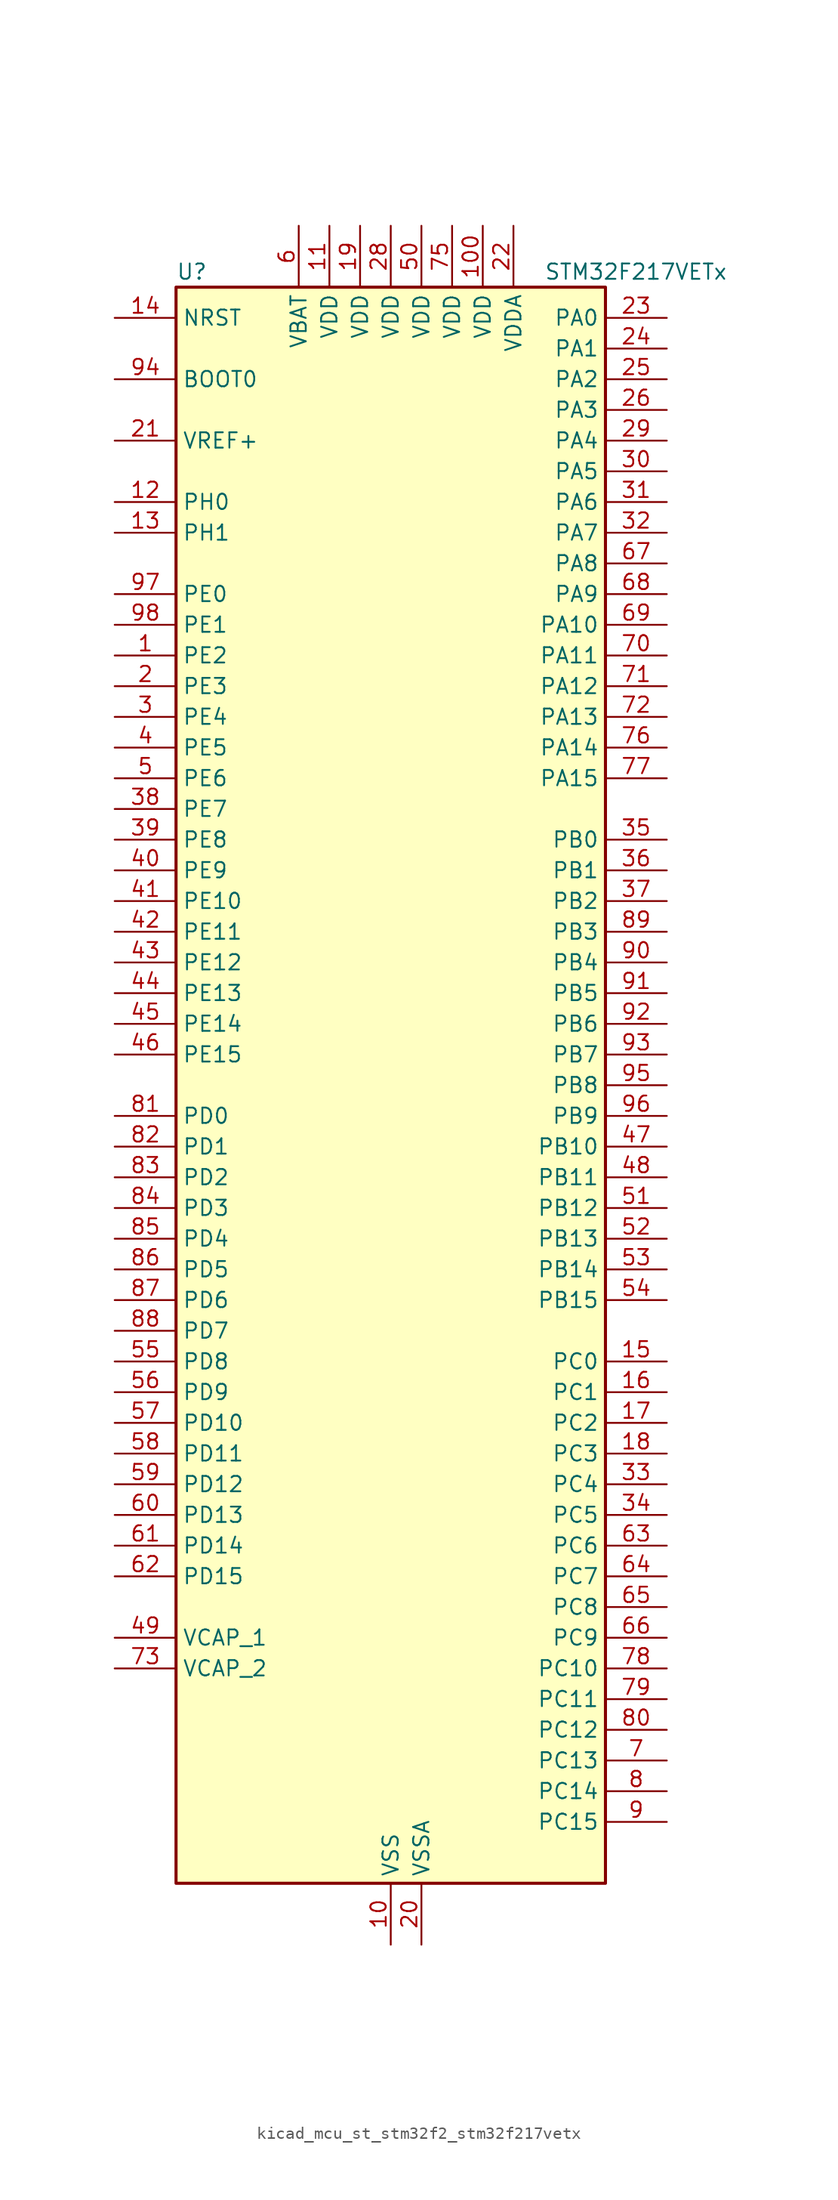
<source format=kicad_sym>
(kicad_symbol_lib
  (version 20220914)
  (generator kicad_symbol_editor)
  (symbol "kicad_mcu_st_stm32f2_stm32f217vetx"
    (property "Reference" "U"
      (at -17.78 67.31 0)
      (effects (font (size 1.27 1.27)) (justify left)))
    (property "Value" "STM32F217VETx"
      (at 12.7 67.31 0)
      (effects (font (size 1.27 1.27)) (justify left)))
    (property "ki_locked" ""
      (at 0 0 0)
      (effects (font (size 1.27 1.27))))
    (symbol "kicad_mcu_st_stm32f2_stm32f217vetx_0_1"
      (rectangle (start -17.78 -66.04) (end 17.78 66.04) (stroke (width 0.254) (type default)) (fill (type background))))
    (symbol "kicad_mcu_st_stm32f2_stm32f217vetx_1_1"
      (pin bidirectional line (at -22.86 35.56 0) (length 5.08) (name "PE2" (effects (font (size 1.27 1.27)))) (number "1" (effects (font (size 1.27 1.27)))) (alternate "ETH_TXD3" bidirectional line) (alternate "FSMC_A23" bidirectional line) (alternate "SYS_TRACECLK" bidirectional line))
      (pin power_in line (at 0 -71.12 90) (length 5.08) (name "VSS" (effects (font (size 1.27 1.27)))) (number "10" (effects (font (size 1.27 1.27)))))
      (pin power_in line (at 7.62 71.12 270) (length 5.08) (name "VDD" (effects (font (size 1.27 1.27)))) (number "100" (effects (font (size 1.27 1.27)))))
      (pin power_in line (at -5.08 71.12 270) (length 5.08) (name "VDD" (effects (font (size 1.27 1.27)))) (number "11" (effects (font (size 1.27 1.27)))))
      (pin bidirectional line (at -22.86 48.26 0) (length 5.08) (name "PH0" (effects (font (size 1.27 1.27)))) (number "12" (effects (font (size 1.27 1.27)))) (alternate "RCC_OSC_IN" bidirectional line))
      (pin bidirectional line (at -22.86 45.72 0) (length 5.08) (name "PH1" (effects (font (size 1.27 1.27)))) (number "13" (effects (font (size 1.27 1.27)))) (alternate "RCC_OSC_OUT" bidirectional line))
      (pin input line (at -22.86 63.5 0) (length 5.08) (name "NRST" (effects (font (size 1.27 1.27)))) (number "14" (effects (font (size 1.27 1.27)))))
      (pin bidirectional line (at 22.86 -22.86 180) (length 5.08) (name "PC0" (effects (font (size 1.27 1.27)))) (number "15" (effects (font (size 1.27 1.27)))) (alternate "ADC1_IN10" bidirectional line) (alternate "ADC2_IN10" bidirectional line) (alternate "ADC3_IN10" bidirectional line) (alternate "USB_OTG_HS_ULPI_STP" bidirectional line))
      (pin bidirectional line (at 22.86 -25.4 180) (length 5.08) (name "PC1" (effects (font (size 1.27 1.27)))) (number "16" (effects (font (size 1.27 1.27)))) (alternate "ADC1_IN11" bidirectional line) (alternate "ADC2_IN11" bidirectional line) (alternate "ADC3_IN11" bidirectional line) (alternate "ETH_MDC" bidirectional line))
      (pin bidirectional line (at 22.86 -27.94 180) (length 5.08) (name "PC2" (effects (font (size 1.27 1.27)))) (number "17" (effects (font (size 1.27 1.27)))) (alternate "ADC1_IN12" bidirectional line) (alternate "ADC2_IN12" bidirectional line) (alternate "ADC3_IN12" bidirectional line) (alternate "ETH_TXD2" bidirectional line) (alternate "SPI2_MISO" bidirectional line) (alternate "USB_OTG_HS_ULPI_DIR" bidirectional line))
      (pin bidirectional line (at 22.86 -30.48 180) (length 5.08) (name "PC3" (effects (font (size 1.27 1.27)))) (number "18" (effects (font (size 1.27 1.27)))) (alternate "ADC1_IN13" bidirectional line) (alternate "ADC2_IN13" bidirectional line) (alternate "ADC3_IN13" bidirectional line) (alternate "ETH_TX_CLK" bidirectional line) (alternate "I2S2_SD" bidirectional line) (alternate "SPI2_MOSI" bidirectional line) (alternate "USB_OTG_HS_ULPI_NXT" bidirectional line))
      (pin power_in line (at -2.54 71.12 270) (length 5.08) (name "VDD" (effects (font (size 1.27 1.27)))) (number "19" (effects (font (size 1.27 1.27)))))
      (pin bidirectional line (at -22.86 33.02 0) (length 5.08) (name "PE3" (effects (font (size 1.27 1.27)))) (number "2" (effects (font (size 1.27 1.27)))) (alternate "FSMC_A19" bidirectional line) (alternate "SYS_TRACED0" bidirectional line))
      (pin power_in line (at 2.54 -71.12 90) (length 5.08) (name "VSSA" (effects (font (size 1.27 1.27)))) (number "20" (effects (font (size 1.27 1.27)))))
      (pin input line (at -22.86 53.34 0) (length 5.08) (name "VREF+" (effects (font (size 1.27 1.27)))) (number "21" (effects (font (size 1.27 1.27)))))
      (pin power_in line (at 10.16 71.12 270) (length 5.08) (name "VDDA" (effects (font (size 1.27 1.27)))) (number "22" (effects (font (size 1.27 1.27)))))
      (pin bidirectional line (at 22.86 63.5 180) (length 5.08) (name "PA0" (effects (font (size 1.27 1.27)))) (number "23" (effects (font (size 1.27 1.27)))) (alternate "ADC1_IN0" bidirectional line) (alternate "ADC2_IN0" bidirectional line) (alternate "ADC3_IN0" bidirectional line) (alternate "ETH_CRS" bidirectional line) (alternate "SYS_WKUP" bidirectional line) (alternate "TIM2_CH1" bidirectional line) (alternate "TIM2_ETR" bidirectional line) (alternate "TIM5_CH1" bidirectional line) (alternate "TIM8_ETR" bidirectional line) (alternate "UART4_TX" bidirectional line) (alternate "USART2_CTS" bidirectional line))
      (pin bidirectional line (at 22.86 60.96 180) (length 5.08) (name "PA1" (effects (font (size 1.27 1.27)))) (number "24" (effects (font (size 1.27 1.27)))) (alternate "ADC1_IN1" bidirectional line) (alternate "ADC2_IN1" bidirectional line) (alternate "ADC3_IN1" bidirectional line) (alternate "ETH_REF_CLK" bidirectional line) (alternate "ETH_RX_CLK" bidirectional line) (alternate "TIM2_CH2" bidirectional line) (alternate "TIM5_CH2" bidirectional line) (alternate "UART4_RX" bidirectional line) (alternate "USART2_RTS" bidirectional line))
      (pin bidirectional line (at 22.86 58.42 180) (length 5.08) (name "PA2" (effects (font (size 1.27 1.27)))) (number "25" (effects (font (size 1.27 1.27)))) (alternate "ADC1_IN2" bidirectional line) (alternate "ADC2_IN2" bidirectional line) (alternate "ADC3_IN2" bidirectional line) (alternate "ETH_MDIO" bidirectional line) (alternate "TIM2_CH3" bidirectional line) (alternate "TIM5_CH3" bidirectional line) (alternate "TIM9_CH1" bidirectional line) (alternate "USART2_TX" bidirectional line))
      (pin bidirectional line (at 22.86 55.88 180) (length 5.08) (name "PA3" (effects (font (size 1.27 1.27)))) (number "26" (effects (font (size 1.27 1.27)))) (alternate "ADC1_IN3" bidirectional line) (alternate "ADC2_IN3" bidirectional line) (alternate "ADC3_IN3" bidirectional line) (alternate "ETH_COL" bidirectional line) (alternate "TIM2_CH4" bidirectional line) (alternate "TIM5_CH4" bidirectional line) (alternate "TIM9_CH2" bidirectional line) (alternate "USART2_RX" bidirectional line) (alternate "USB_OTG_HS_ULPI_D0" bidirectional line))
      (pin passive line (at 0 -71.12 90) (length 5.08) hide (name "VSS" (effects (font (size 1.27 1.27)))) (number "27" (effects (font (size 1.27 1.27)))))
      (pin power_in line (at 0 71.12 270) (length 5.08) (name "VDD" (effects (font (size 1.27 1.27)))) (number "28" (effects (font (size 1.27 1.27)))))
      (pin bidirectional line (at 22.86 53.34 180) (length 5.08) (name "PA4" (effects (font (size 1.27 1.27)))) (number "29" (effects (font (size 1.27 1.27)))) (alternate "ADC1_IN4" bidirectional line) (alternate "ADC2_IN4" bidirectional line) (alternate "DAC_OUT1" bidirectional line) (alternate "DCMI_HSYNC" bidirectional line) (alternate "I2S3_WS" bidirectional line) (alternate "SPI1_NSS" bidirectional line) (alternate "SPI3_NSS" bidirectional line) (alternate "USART2_CK" bidirectional line) (alternate "USB_OTG_HS_SOF" bidirectional line))
      (pin bidirectional line (at -22.86 30.48 0) (length 5.08) (name "PE4" (effects (font (size 1.27 1.27)))) (number "3" (effects (font (size 1.27 1.27)))) (alternate "DCMI_D4" bidirectional line) (alternate "FSMC_A20" bidirectional line) (alternate "SYS_TRACED1" bidirectional line))
      (pin bidirectional line (at 22.86 50.8 180) (length 5.08) (name "PA5" (effects (font (size 1.27 1.27)))) (number "30" (effects (font (size 1.27 1.27)))) (alternate "ADC1_IN5" bidirectional line) (alternate "ADC2_IN5" bidirectional line) (alternate "DAC_OUT2" bidirectional line) (alternate "SPI1_SCK" bidirectional line) (alternate "TIM2_CH1" bidirectional line) (alternate "TIM2_ETR" bidirectional line) (alternate "TIM8_CH1N" bidirectional line) (alternate "USB_OTG_HS_ULPI_CK" bidirectional line))
      (pin bidirectional line (at 22.86 48.26 180) (length 5.08) (name "PA6" (effects (font (size 1.27 1.27)))) (number "31" (effects (font (size 1.27 1.27)))) (alternate "ADC1_IN6" bidirectional line) (alternate "ADC2_IN6" bidirectional line) (alternate "DCMI_PIXCLK" bidirectional line) (alternate "SPI1_MISO" bidirectional line) (alternate "TIM13_CH1" bidirectional line) (alternate "TIM1_BKIN" bidirectional line) (alternate "TIM3_CH1" bidirectional line) (alternate "TIM8_BKIN" bidirectional line))
      (pin bidirectional line (at 22.86 45.72 180) (length 5.08) (name "PA7" (effects (font (size 1.27 1.27)))) (number "32" (effects (font (size 1.27 1.27)))) (alternate "ADC1_IN7" bidirectional line) (alternate "ADC2_IN7" bidirectional line) (alternate "ETH_CRS_DV" bidirectional line) (alternate "ETH_RX_DV" bidirectional line) (alternate "SPI1_MOSI" bidirectional line) (alternate "TIM14_CH1" bidirectional line) (alternate "TIM1_CH1N" bidirectional line) (alternate "TIM3_CH2" bidirectional line) (alternate "TIM8_CH1N" bidirectional line))
      (pin bidirectional line (at 22.86 -33.02 180) (length 5.08) (name "PC4" (effects (font (size 1.27 1.27)))) (number "33" (effects (font (size 1.27 1.27)))) (alternate "ADC1_IN14" bidirectional line) (alternate "ADC2_IN14" bidirectional line) (alternate "ETH_RXD0" bidirectional line))
      (pin bidirectional line (at 22.86 -35.56 180) (length 5.08) (name "PC5" (effects (font (size 1.27 1.27)))) (number "34" (effects (font (size 1.27 1.27)))) (alternate "ADC1_IN15" bidirectional line) (alternate "ADC2_IN15" bidirectional line) (alternate "ETH_RXD1" bidirectional line))
      (pin bidirectional line (at 22.86 20.32 180) (length 5.08) (name "PB0" (effects (font (size 1.27 1.27)))) (number "35" (effects (font (size 1.27 1.27)))) (alternate "ADC1_IN8" bidirectional line) (alternate "ADC2_IN8" bidirectional line) (alternate "ETH_RXD2" bidirectional line) (alternate "TIM1_CH2N" bidirectional line) (alternate "TIM3_CH3" bidirectional line) (alternate "TIM8_CH2N" bidirectional line) (alternate "USB_OTG_HS_ULPI_D1" bidirectional line))
      (pin bidirectional line (at 22.86 17.78 180) (length 5.08) (name "PB1" (effects (font (size 1.27 1.27)))) (number "36" (effects (font (size 1.27 1.27)))) (alternate "ADC1_IN9" bidirectional line) (alternate "ADC2_IN9" bidirectional line) (alternate "ETH_RXD3" bidirectional line) (alternate "TIM1_CH3N" bidirectional line) (alternate "TIM3_CH4" bidirectional line) (alternate "TIM8_CH3N" bidirectional line) (alternate "USB_OTG_HS_ULPI_D2" bidirectional line))
      (pin bidirectional line (at 22.86 15.24 180) (length 5.08) (name "PB2" (effects (font (size 1.27 1.27)))) (number "37" (effects (font (size 1.27 1.27)))))
      (pin bidirectional line (at -22.86 22.86 0) (length 5.08) (name "PE7" (effects (font (size 1.27 1.27)))) (number "38" (effects (font (size 1.27 1.27)))) (alternate "FSMC_D4" bidirectional line) (alternate "FSMC_DA4" bidirectional line) (alternate "TIM1_ETR" bidirectional line))
      (pin bidirectional line (at -22.86 20.32 0) (length 5.08) (name "PE8" (effects (font (size 1.27 1.27)))) (number "39" (effects (font (size 1.27 1.27)))) (alternate "FSMC_D5" bidirectional line) (alternate "FSMC_DA5" bidirectional line) (alternate "TIM1_CH1N" bidirectional line))
      (pin bidirectional line (at -22.86 27.94 0) (length 5.08) (name "PE5" (effects (font (size 1.27 1.27)))) (number "4" (effects (font (size 1.27 1.27)))) (alternate "DCMI_D6" bidirectional line) (alternate "FSMC_A21" bidirectional line) (alternate "SYS_TRACED2" bidirectional line) (alternate "TIM9_CH1" bidirectional line))
      (pin bidirectional line (at -22.86 17.78 0) (length 5.08) (name "PE9" (effects (font (size 1.27 1.27)))) (number "40" (effects (font (size 1.27 1.27)))) (alternate "DAC_EXTI9" bidirectional line) (alternate "FSMC_D6" bidirectional line) (alternate "FSMC_DA6" bidirectional line) (alternate "TIM1_CH1" bidirectional line))
      (pin bidirectional line (at -22.86 15.24 0) (length 5.08) (name "PE10" (effects (font (size 1.27 1.27)))) (number "41" (effects (font (size 1.27 1.27)))) (alternate "FSMC_D7" bidirectional line) (alternate "FSMC_DA7" bidirectional line) (alternate "TIM1_CH2N" bidirectional line))
      (pin bidirectional line (at -22.86 12.7 0) (length 5.08) (name "PE11" (effects (font (size 1.27 1.27)))) (number "42" (effects (font (size 1.27 1.27)))) (alternate "ADC1_EXTI11" bidirectional line) (alternate "ADC2_EXTI11" bidirectional line) (alternate "ADC3_EXTI11" bidirectional line) (alternate "FSMC_D8" bidirectional line) (alternate "FSMC_DA8" bidirectional line) (alternate "TIM1_CH2" bidirectional line))
      (pin bidirectional line (at -22.86 10.16 0) (length 5.08) (name "PE12" (effects (font (size 1.27 1.27)))) (number "43" (effects (font (size 1.27 1.27)))) (alternate "FSMC_D9" bidirectional line) (alternate "FSMC_DA9" bidirectional line) (alternate "TIM1_CH3N" bidirectional line))
      (pin bidirectional line (at -22.86 7.62 0) (length 5.08) (name "PE13" (effects (font (size 1.27 1.27)))) (number "44" (effects (font (size 1.27 1.27)))) (alternate "FSMC_D10" bidirectional line) (alternate "FSMC_DA10" bidirectional line) (alternate "TIM1_CH3" bidirectional line))
      (pin bidirectional line (at -22.86 5.08 0) (length 5.08) (name "PE14" (effects (font (size 1.27 1.27)))) (number "45" (effects (font (size 1.27 1.27)))) (alternate "FSMC_D11" bidirectional line) (alternate "FSMC_DA11" bidirectional line) (alternate "TIM1_CH4" bidirectional line))
      (pin bidirectional line (at -22.86 2.54 0) (length 5.08) (name "PE15" (effects (font (size 1.27 1.27)))) (number "46" (effects (font (size 1.27 1.27)))) (alternate "ADC1_EXTI15" bidirectional line) (alternate "ADC2_EXTI15" bidirectional line) (alternate "ADC3_EXTI15" bidirectional line) (alternate "FSMC_D12" bidirectional line) (alternate "FSMC_DA12" bidirectional line) (alternate "TIM1_BKIN" bidirectional line))
      (pin bidirectional line (at 22.86 -5.08 180) (length 5.08) (name "PB10" (effects (font (size 1.27 1.27)))) (number "47" (effects (font (size 1.27 1.27)))) (alternate "ETH_RX_ER" bidirectional line) (alternate "I2C2_SCL" bidirectional line) (alternate "I2S2_SCK" bidirectional line) (alternate "SPI2_SCK" bidirectional line) (alternate "TIM2_CH3" bidirectional line) (alternate "USART3_TX" bidirectional line) (alternate "USB_OTG_HS_ULPI_D3" bidirectional line))
      (pin bidirectional line (at 22.86 -7.62 180) (length 5.08) (name "PB11" (effects (font (size 1.27 1.27)))) (number "48" (effects (font (size 1.27 1.27)))) (alternate "ADC1_EXTI11" bidirectional line) (alternate "ADC2_EXTI11" bidirectional line) (alternate "ADC3_EXTI11" bidirectional line) (alternate "ETH_TX_EN" bidirectional line) (alternate "I2C2_SDA" bidirectional line) (alternate "TIM2_CH4" bidirectional line) (alternate "USART3_RX" bidirectional line) (alternate "USB_OTG_HS_ULPI_D4" bidirectional line))
      (pin power_out line (at -22.86 -45.72 0) (length 5.08) (name "VCAP_1" (effects (font (size 1.27 1.27)))) (number "49" (effects (font (size 1.27 1.27)))))
      (pin bidirectional line (at -22.86 25.4 0) (length 5.08) (name "PE6" (effects (font (size 1.27 1.27)))) (number "5" (effects (font (size 1.27 1.27)))) (alternate "DCMI_D7" bidirectional line) (alternate "FSMC_A22" bidirectional line) (alternate "SYS_TRACED3" bidirectional line) (alternate "TIM9_CH2" bidirectional line))
      (pin power_in line (at 2.54 71.12 270) (length 5.08) (name "VDD" (effects (font (size 1.27 1.27)))) (number "50" (effects (font (size 1.27 1.27)))))
      (pin bidirectional line (at 22.86 -10.16 180) (length 5.08) (name "PB12" (effects (font (size 1.27 1.27)))) (number "51" (effects (font (size 1.27 1.27)))) (alternate "CAN2_RX" bidirectional line) (alternate "ETH_TXD0" bidirectional line) (alternate "I2C2_SMBA" bidirectional line) (alternate "I2S2_WS" bidirectional line) (alternate "SPI2_NSS" bidirectional line) (alternate "TIM1_BKIN" bidirectional line) (alternate "USART3_CK" bidirectional line) (alternate "USB_OTG_HS_ID" bidirectional line) (alternate "USB_OTG_HS_ULPI_D5" bidirectional line))
      (pin bidirectional line (at 22.86 -12.7 180) (length 5.08) (name "PB13" (effects (font (size 1.27 1.27)))) (number "52" (effects (font (size 1.27 1.27)))) (alternate "CAN2_TX" bidirectional line) (alternate "ETH_TXD1" bidirectional line) (alternate "I2S2_SCK" bidirectional line) (alternate "SPI2_SCK" bidirectional line) (alternate "TIM1_CH1N" bidirectional line) (alternate "USART3_CTS" bidirectional line) (alternate "USB_OTG_HS_ULPI_D6" bidirectional line) (alternate "USB_OTG_HS_VBUS" bidirectional line))
      (pin bidirectional line (at 22.86 -15.24 180) (length 5.08) (name "PB14" (effects (font (size 1.27 1.27)))) (number "53" (effects (font (size 1.27 1.27)))) (alternate "SPI2_MISO" bidirectional line) (alternate "TIM12_CH1" bidirectional line) (alternate "TIM1_CH2N" bidirectional line) (alternate "TIM8_CH2N" bidirectional line) (alternate "USART3_RTS" bidirectional line) (alternate "USB_OTG_HS_DM" bidirectional line))
      (pin bidirectional line (at 22.86 -17.78 180) (length 5.08) (name "PB15" (effects (font (size 1.27 1.27)))) (number "54" (effects (font (size 1.27 1.27)))) (alternate "ADC1_EXTI15" bidirectional line) (alternate "ADC2_EXTI15" bidirectional line) (alternate "ADC3_EXTI15" bidirectional line) (alternate "I2S2_SD" bidirectional line) (alternate "RTC_REFIN" bidirectional line) (alternate "SPI2_MOSI" bidirectional line) (alternate "TIM12_CH2" bidirectional line) (alternate "TIM1_CH3N" bidirectional line) (alternate "TIM8_CH3N" bidirectional line) (alternate "USB_OTG_HS_DP" bidirectional line))
      (pin bidirectional line (at -22.86 -22.86 0) (length 5.08) (name "PD8" (effects (font (size 1.27 1.27)))) (number "55" (effects (font (size 1.27 1.27)))) (alternate "FSMC_D13" bidirectional line) (alternate "FSMC_DA13" bidirectional line) (alternate "USART3_TX" bidirectional line))
      (pin bidirectional line (at -22.86 -25.4 0) (length 5.08) (name "PD9" (effects (font (size 1.27 1.27)))) (number "56" (effects (font (size 1.27 1.27)))) (alternate "DAC_EXTI9" bidirectional line) (alternate "FSMC_D14" bidirectional line) (alternate "FSMC_DA14" bidirectional line) (alternate "USART3_RX" bidirectional line))
      (pin bidirectional line (at -22.86 -27.94 0) (length 5.08) (name "PD10" (effects (font (size 1.27 1.27)))) (number "57" (effects (font (size 1.27 1.27)))) (alternate "FSMC_D15" bidirectional line) (alternate "FSMC_DA15" bidirectional line) (alternate "USART3_CK" bidirectional line))
      (pin bidirectional line (at -22.86 -30.48 0) (length 5.08) (name "PD11" (effects (font (size 1.27 1.27)))) (number "58" (effects (font (size 1.27 1.27)))) (alternate "ADC1_EXTI11" bidirectional line) (alternate "ADC2_EXTI11" bidirectional line) (alternate "ADC3_EXTI11" bidirectional line) (alternate "FSMC_A16" bidirectional line) (alternate "FSMC_CLE" bidirectional line) (alternate "USART3_CTS" bidirectional line))
      (pin bidirectional line (at -22.86 -33.02 0) (length 5.08) (name "PD12" (effects (font (size 1.27 1.27)))) (number "59" (effects (font (size 1.27 1.27)))) (alternate "FSMC_A17" bidirectional line) (alternate "FSMC_ALE" bidirectional line) (alternate "TIM4_CH1" bidirectional line) (alternate "USART3_RTS" bidirectional line))
      (pin power_in line (at -7.62 71.12 270) (length 5.08) (name "VBAT" (effects (font (size 1.27 1.27)))) (number "6" (effects (font (size 1.27 1.27)))))
      (pin bidirectional line (at -22.86 -35.56 0) (length 5.08) (name "PD13" (effects (font (size 1.27 1.27)))) (number "60" (effects (font (size 1.27 1.27)))) (alternate "FSMC_A18" bidirectional line) (alternate "TIM4_CH2" bidirectional line))
      (pin bidirectional line (at -22.86 -38.1 0) (length 5.08) (name "PD14" (effects (font (size 1.27 1.27)))) (number "61" (effects (font (size 1.27 1.27)))) (alternate "FSMC_D0" bidirectional line) (alternate "FSMC_DA0" bidirectional line) (alternate "TIM4_CH3" bidirectional line))
      (pin bidirectional line (at -22.86 -40.64 0) (length 5.08) (name "PD15" (effects (font (size 1.27 1.27)))) (number "62" (effects (font (size 1.27 1.27)))) (alternate "ADC1_EXTI15" bidirectional line) (alternate "ADC2_EXTI15" bidirectional line) (alternate "ADC3_EXTI15" bidirectional line) (alternate "FSMC_D1" bidirectional line) (alternate "FSMC_DA1" bidirectional line) (alternate "TIM4_CH4" bidirectional line))
      (pin bidirectional line (at 22.86 -38.1 180) (length 5.08) (name "PC6" (effects (font (size 1.27 1.27)))) (number "63" (effects (font (size 1.27 1.27)))) (alternate "DCMI_D0" bidirectional line) (alternate "I2S2_MCK" bidirectional line) (alternate "SDIO_D6" bidirectional line) (alternate "TIM3_CH1" bidirectional line) (alternate "TIM8_CH1" bidirectional line) (alternate "USART6_TX" bidirectional line))
      (pin bidirectional line (at 22.86 -40.64 180) (length 5.08) (name "PC7" (effects (font (size 1.27 1.27)))) (number "64" (effects (font (size 1.27 1.27)))) (alternate "DCMI_D1" bidirectional line) (alternate "I2S3_MCK" bidirectional line) (alternate "SDIO_D7" bidirectional line) (alternate "TIM3_CH2" bidirectional line) (alternate "TIM8_CH2" bidirectional line) (alternate "USART6_RX" bidirectional line))
      (pin bidirectional line (at 22.86 -43.18 180) (length 5.08) (name "PC8" (effects (font (size 1.27 1.27)))) (number "65" (effects (font (size 1.27 1.27)))) (alternate "DCMI_D2" bidirectional line) (alternate "SDIO_D0" bidirectional line) (alternate "TIM3_CH3" bidirectional line) (alternate "TIM8_CH3" bidirectional line) (alternate "USART6_CK" bidirectional line))
      (pin bidirectional line (at 22.86 -45.72 180) (length 5.08) (name "PC9" (effects (font (size 1.27 1.27)))) (number "66" (effects (font (size 1.27 1.27)))) (alternate "DAC_EXTI9" bidirectional line) (alternate "DCMI_D3" bidirectional line) (alternate "I2C3_SDA" bidirectional line) (alternate "I2S_CKIN" bidirectional line) (alternate "RCC_MCO_2" bidirectional line) (alternate "SDIO_D1" bidirectional line) (alternate "TIM3_CH4" bidirectional line) (alternate "TIM8_CH4" bidirectional line))
      (pin bidirectional line (at 22.86 43.18 180) (length 5.08) (name "PA8" (effects (font (size 1.27 1.27)))) (number "67" (effects (font (size 1.27 1.27)))) (alternate "I2C3_SCL" bidirectional line) (alternate "RCC_MCO_1" bidirectional line) (alternate "TIM1_CH1" bidirectional line) (alternate "USART1_CK" bidirectional line) (alternate "USB_OTG_FS_SOF" bidirectional line))
      (pin bidirectional line (at 22.86 40.64 180) (length 5.08) (name "PA9" (effects (font (size 1.27 1.27)))) (number "68" (effects (font (size 1.27 1.27)))) (alternate "DAC_EXTI9" bidirectional line) (alternate "DCMI_D0" bidirectional line) (alternate "I2C3_SMBA" bidirectional line) (alternate "TIM1_CH2" bidirectional line) (alternate "USART1_TX" bidirectional line) (alternate "USB_OTG_FS_VBUS" bidirectional line))
      (pin bidirectional line (at 22.86 38.1 180) (length 5.08) (name "PA10" (effects (font (size 1.27 1.27)))) (number "69" (effects (font (size 1.27 1.27)))) (alternate "DCMI_D1" bidirectional line) (alternate "TIM1_CH3" bidirectional line) (alternate "USART1_RX" bidirectional line) (alternate "USB_OTG_FS_ID" bidirectional line))
      (pin bidirectional line (at 22.86 -55.88 180) (length 5.08) (name "PC13" (effects (font (size 1.27 1.27)))) (number "7" (effects (font (size 1.27 1.27)))) (alternate "RTC_AF1" bidirectional line))
      (pin bidirectional line (at 22.86 35.56 180) (length 5.08) (name "PA11" (effects (font (size 1.27 1.27)))) (number "70" (effects (font (size 1.27 1.27)))) (alternate "ADC1_EXTI11" bidirectional line) (alternate "ADC2_EXTI11" bidirectional line) (alternate "ADC3_EXTI11" bidirectional line) (alternate "CAN1_RX" bidirectional line) (alternate "TIM1_CH4" bidirectional line) (alternate "USART1_CTS" bidirectional line) (alternate "USB_OTG_FS_DM" bidirectional line))
      (pin bidirectional line (at 22.86 33.02 180) (length 5.08) (name "PA12" (effects (font (size 1.27 1.27)))) (number "71" (effects (font (size 1.27 1.27)))) (alternate "CAN1_TX" bidirectional line) (alternate "TIM1_ETR" bidirectional line) (alternate "USART1_RTS" bidirectional line) (alternate "USB_OTG_FS_DP" bidirectional line))
      (pin bidirectional line (at 22.86 30.48 180) (length 5.08) (name "PA13" (effects (font (size 1.27 1.27)))) (number "72" (effects (font (size 1.27 1.27)))) (alternate "SYS_JTMS-SWDIO" bidirectional line))
      (pin power_out line (at -22.86 -48.26 0) (length 5.08) (name "VCAP_2" (effects (font (size 1.27 1.27)))) (number "73" (effects (font (size 1.27 1.27)))))
      (pin passive line (at 0 -71.12 90) (length 5.08) hide (name "VSS" (effects (font (size 1.27 1.27)))) (number "74" (effects (font (size 1.27 1.27)))))
      (pin power_in line (at 5.08 71.12 270) (length 5.08) (name "VDD" (effects (font (size 1.27 1.27)))) (number "75" (effects (font (size 1.27 1.27)))))
      (pin bidirectional line (at 22.86 27.94 180) (length 5.08) (name "PA14" (effects (font (size 1.27 1.27)))) (number "76" (effects (font (size 1.27 1.27)))) (alternate "SYS_JTCK-SWCLK" bidirectional line))
      (pin bidirectional line (at 22.86 25.4 180) (length 5.08) (name "PA15" (effects (font (size 1.27 1.27)))) (number "77" (effects (font (size 1.27 1.27)))) (alternate "ADC1_EXTI15" bidirectional line) (alternate "ADC2_EXTI15" bidirectional line) (alternate "ADC3_EXTI15" bidirectional line) (alternate "I2S3_WS" bidirectional line) (alternate "SPI1_NSS" bidirectional line) (alternate "SPI3_NSS" bidirectional line) (alternate "SYS_JTDI" bidirectional line) (alternate "TIM2_CH1" bidirectional line) (alternate "TIM2_ETR" bidirectional line))
      (pin bidirectional line (at 22.86 -48.26 180) (length 5.08) (name "PC10" (effects (font (size 1.27 1.27)))) (number "78" (effects (font (size 1.27 1.27)))) (alternate "DCMI_D8" bidirectional line) (alternate "I2S3_SCK" bidirectional line) (alternate "SDIO_D2" bidirectional line) (alternate "SPI3_SCK" bidirectional line) (alternate "UART4_TX" bidirectional line) (alternate "USART3_TX" bidirectional line))
      (pin bidirectional line (at 22.86 -50.8 180) (length 5.08) (name "PC11" (effects (font (size 1.27 1.27)))) (number "79" (effects (font (size 1.27 1.27)))) (alternate "ADC1_EXTI11" bidirectional line) (alternate "ADC2_EXTI11" bidirectional line) (alternate "ADC3_EXTI11" bidirectional line) (alternate "DCMI_D4" bidirectional line) (alternate "SDIO_D3" bidirectional line) (alternate "SPI3_MISO" bidirectional line) (alternate "UART4_RX" bidirectional line) (alternate "USART3_RX" bidirectional line))
      (pin bidirectional line (at 22.86 -58.42 180) (length 5.08) (name "PC14" (effects (font (size 1.27 1.27)))) (number "8" (effects (font (size 1.27 1.27)))) (alternate "RCC_OSC32_IN" bidirectional line))
      (pin bidirectional line (at 22.86 -53.34 180) (length 5.08) (name "PC12" (effects (font (size 1.27 1.27)))) (number "80" (effects (font (size 1.27 1.27)))) (alternate "DCMI_D9" bidirectional line) (alternate "I2S3_SD" bidirectional line) (alternate "SDIO_CK" bidirectional line) (alternate "SPI3_MOSI" bidirectional line) (alternate "UART5_TX" bidirectional line) (alternate "USART3_CK" bidirectional line))
      (pin bidirectional line (at -22.86 -2.54 0) (length 5.08) (name "PD0" (effects (font (size 1.27 1.27)))) (number "81" (effects (font (size 1.27 1.27)))) (alternate "CAN1_RX" bidirectional line) (alternate "FSMC_D2" bidirectional line) (alternate "FSMC_DA2" bidirectional line))
      (pin bidirectional line (at -22.86 -5.08 0) (length 5.08) (name "PD1" (effects (font (size 1.27 1.27)))) (number "82" (effects (font (size 1.27 1.27)))) (alternate "CAN1_TX" bidirectional line) (alternate "FSMC_D3" bidirectional line) (alternate "FSMC_DA3" bidirectional line))
      (pin bidirectional line (at -22.86 -7.62 0) (length 5.08) (name "PD2" (effects (font (size 1.27 1.27)))) (number "83" (effects (font (size 1.27 1.27)))) (alternate "DCMI_D11" bidirectional line) (alternate "SDIO_CMD" bidirectional line) (alternate "TIM3_ETR" bidirectional line) (alternate "UART5_RX" bidirectional line))
      (pin bidirectional line (at -22.86 -10.16 0) (length 5.08) (name "PD3" (effects (font (size 1.27 1.27)))) (number "84" (effects (font (size 1.27 1.27)))) (alternate "FSMC_CLK" bidirectional line) (alternate "USART2_CTS" bidirectional line))
      (pin bidirectional line (at -22.86 -12.7 0) (length 5.08) (name "PD4" (effects (font (size 1.27 1.27)))) (number "85" (effects (font (size 1.27 1.27)))) (alternate "FSMC_NOE" bidirectional line) (alternate "USART2_RTS" bidirectional line))
      (pin bidirectional line (at -22.86 -15.24 0) (length 5.08) (name "PD5" (effects (font (size 1.27 1.27)))) (number "86" (effects (font (size 1.27 1.27)))) (alternate "FSMC_NWE" bidirectional line) (alternate "USART2_TX" bidirectional line))
      (pin bidirectional line (at -22.86 -17.78 0) (length 5.08) (name "PD6" (effects (font (size 1.27 1.27)))) (number "87" (effects (font (size 1.27 1.27)))) (alternate "FSMC_NWAIT" bidirectional line) (alternate "USART2_RX" bidirectional line))
      (pin bidirectional line (at -22.86 -20.32 0) (length 5.08) (name "PD7" (effects (font (size 1.27 1.27)))) (number "88" (effects (font (size 1.27 1.27)))) (alternate "FSMC_NCE2" bidirectional line) (alternate "FSMC_NE1" bidirectional line) (alternate "USART2_CK" bidirectional line))
      (pin bidirectional line (at 22.86 12.7 180) (length 5.08) (name "PB3" (effects (font (size 1.27 1.27)))) (number "89" (effects (font (size 1.27 1.27)))) (alternate "I2S3_SCK" bidirectional line) (alternate "SPI1_SCK" bidirectional line) (alternate "SPI3_SCK" bidirectional line) (alternate "SYS_JTDO-SWO" bidirectional line) (alternate "TIM2_CH2" bidirectional line))
      (pin bidirectional line (at 22.86 -60.96 180) (length 5.08) (name "PC15" (effects (font (size 1.27 1.27)))) (number "9" (effects (font (size 1.27 1.27)))) (alternate "ADC1_EXTI15" bidirectional line) (alternate "ADC2_EXTI15" bidirectional line) (alternate "ADC3_EXTI15" bidirectional line) (alternate "RCC_OSC32_OUT" bidirectional line))
      (pin bidirectional line (at 22.86 10.16 180) (length 5.08) (name "PB4" (effects (font (size 1.27 1.27)))) (number "90" (effects (font (size 1.27 1.27)))) (alternate "SPI1_MISO" bidirectional line) (alternate "SPI3_MISO" bidirectional line) (alternate "SYS_JTRST" bidirectional line) (alternate "TIM3_CH1" bidirectional line))
      (pin bidirectional line (at 22.86 7.62 180) (length 5.08) (name "PB5" (effects (font (size 1.27 1.27)))) (number "91" (effects (font (size 1.27 1.27)))) (alternate "CAN2_RX" bidirectional line) (alternate "DCMI_D10" bidirectional line) (alternate "ETH_PPS_OUT" bidirectional line) (alternate "I2C1_SMBA" bidirectional line) (alternate "I2S3_SD" bidirectional line) (alternate "SPI1_MOSI" bidirectional line) (alternate "SPI3_MOSI" bidirectional line) (alternate "TIM3_CH2" bidirectional line) (alternate "USB_OTG_HS_ULPI_D7" bidirectional line))
      (pin bidirectional line (at 22.86 5.08 180) (length 5.08) (name "PB6" (effects (font (size 1.27 1.27)))) (number "92" (effects (font (size 1.27 1.27)))) (alternate "CAN2_TX" bidirectional line) (alternate "DCMI_D5" bidirectional line) (alternate "I2C1_SCL" bidirectional line) (alternate "TIM4_CH1" bidirectional line) (alternate "USART1_TX" bidirectional line))
      (pin bidirectional line (at 22.86 2.54 180) (length 5.08) (name "PB7" (effects (font (size 1.27 1.27)))) (number "93" (effects (font (size 1.27 1.27)))) (alternate "DCMI_VSYNC" bidirectional line) (alternate "FSMC_NL" bidirectional line) (alternate "I2C1_SDA" bidirectional line) (alternate "TIM4_CH2" bidirectional line) (alternate "USART1_RX" bidirectional line))
      (pin input line (at -22.86 58.42 0) (length 5.08) (name "BOOT0" (effects (font (size 1.27 1.27)))) (number "94" (effects (font (size 1.27 1.27)))))
      (pin bidirectional line (at 22.86 0 180) (length 5.08) (name "PB8" (effects (font (size 1.27 1.27)))) (number "95" (effects (font (size 1.27 1.27)))) (alternate "CAN1_RX" bidirectional line) (alternate "DCMI_D6" bidirectional line) (alternate "ETH_TXD3" bidirectional line) (alternate "I2C1_SCL" bidirectional line) (alternate "SDIO_D4" bidirectional line) (alternate "TIM10_CH1" bidirectional line) (alternate "TIM4_CH3" bidirectional line))
      (pin bidirectional line (at 22.86 -2.54 180) (length 5.08) (name "PB9" (effects (font (size 1.27 1.27)))) (number "96" (effects (font (size 1.27 1.27)))) (alternate "CAN1_TX" bidirectional line) (alternate "DAC_EXTI9" bidirectional line) (alternate "DCMI_D7" bidirectional line) (alternate "I2C1_SDA" bidirectional line) (alternate "I2S2_WS" bidirectional line) (alternate "SDIO_D5" bidirectional line) (alternate "SPI2_NSS" bidirectional line) (alternate "TIM11_CH1" bidirectional line) (alternate "TIM4_CH4" bidirectional line))
      (pin bidirectional line (at -22.86 40.64 0) (length 5.08) (name "PE0" (effects (font (size 1.27 1.27)))) (number "97" (effects (font (size 1.27 1.27)))) (alternate "DCMI_D2" bidirectional line) (alternate "FSMC_NBL0" bidirectional line) (alternate "TIM4_ETR" bidirectional line))
      (pin bidirectional line (at -22.86 38.1 0) (length 5.08) (name "PE1" (effects (font (size 1.27 1.27)))) (number "98" (effects (font (size 1.27 1.27)))) (alternate "DCMI_D3" bidirectional line) (alternate "FSMC_NBL1" bidirectional line))
      (pin no_connect line (at -17.78 -66.04 0) (length 5.08) hide (name "RFU" (effects (font (size 1.27 1.27)))) (number "99" (effects (font (size 1.27 1.27))))))))
</source>
